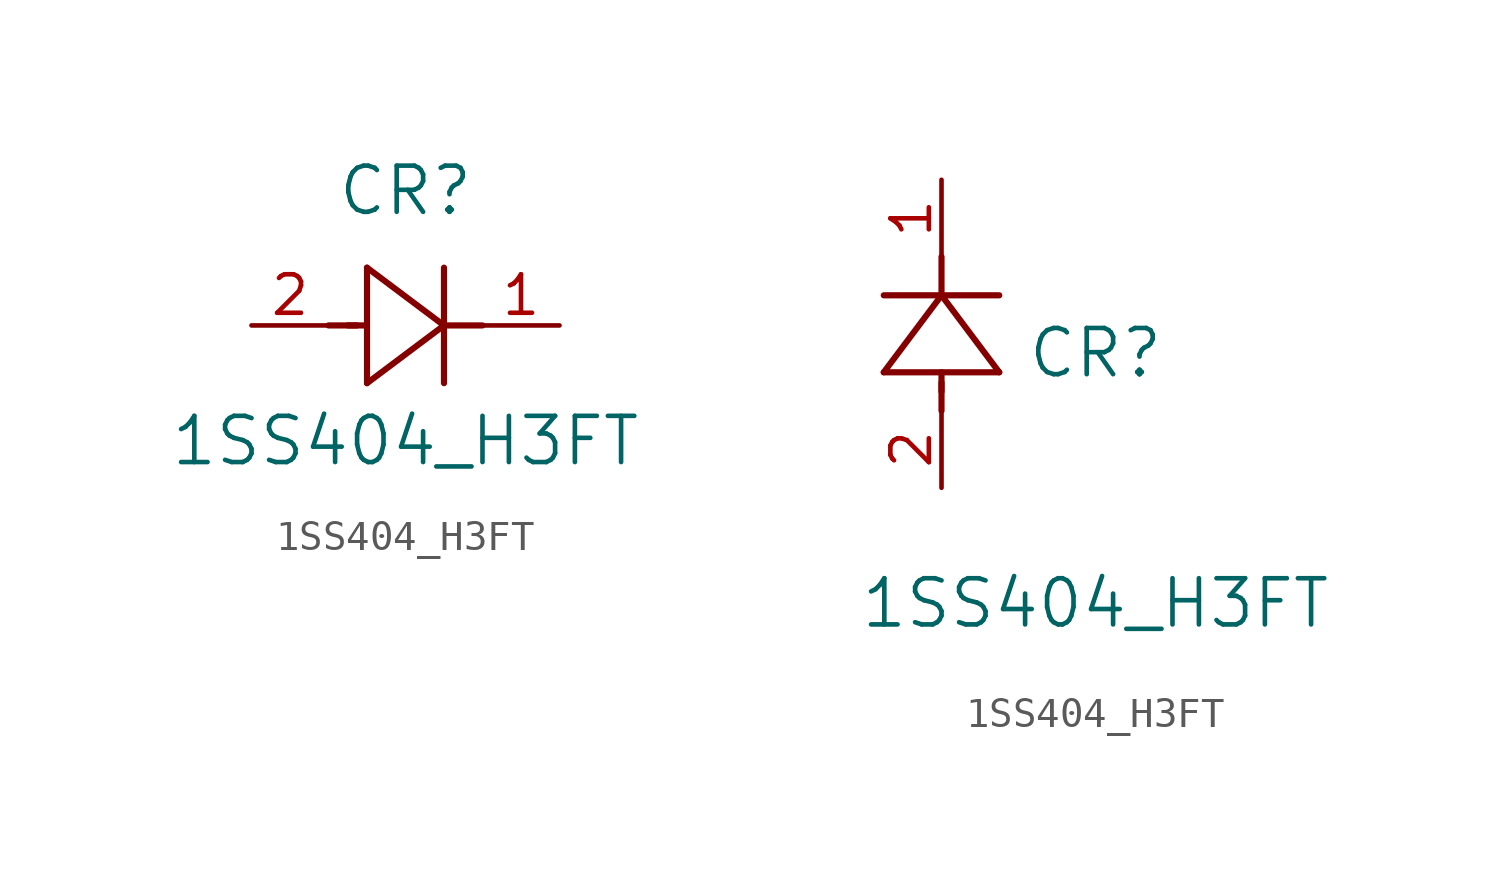
<source format=kicad_sym>
(kicad_symbol_lib
  (version 20211014)
  (generator kicad_symbol_editor)
  (symbol "1SS404_H3FT"
    (pin_names
      (offset 0.254))
    (property "Reference" "CR"
      (at 5.08 4.445 0)
      (effects (font (size 1.524 1.524))))
    (property "Value" "1SS404_H3FT"
      (at 5.08 -3.81 0)
      (effects (font (size 1.524 1.524))))
    (symbol "1SS404_H3FT_1_1"
      (polyline (pts (xy 2.54 0) (xy 3.48 0)) (stroke (width 0.203) (type default) (color 0 0 0 0)) (fill (type none)))
      (polyline (pts (xy 3.81 1.905) (xy 3.81 -1.905)) (stroke (width 0.203) (type default) (color 0 0 0 0)) (fill (type none)))
      (polyline (pts (xy 3.175 0) (xy 3.81 0)) (stroke (width 0.203) (type default) (color 0 0 0 0)) (fill (type none)))
      (polyline (pts (xy 6.35 -1.905) (xy 6.35 1.905)) (stroke (width 0.203) (type default) (color 0 0 0 0)) (fill (type none)))
      (polyline (pts (xy 6.35 0) (xy 7.62 0)) (stroke (width 0.203) (type default) (color 0 0 0 0)) (fill (type none)))
      (polyline (pts (xy 6.35 0) (xy 3.81 1.905)) (stroke (width 0.203) (type default) (color 0 0 0 0)) (fill (type none)))
      (polyline (pts (xy 3.81 -1.905) (xy 6.35 0)) (stroke (width 0.203) (type default) (color 0 0 0 0)) (fill (type none)))
      (pin unspecified line (at 10.16 0 180) (length 2.54) (name "" (effects (font (size 1.27 1.27)))) (number "1" (effects (font (size 1.27 1.27)))))
      (pin unspecified line (at 0 0 0) (length 2.54) (name "" (effects (font (size 1.27 1.27)))) (number "2" (effects (font (size 1.27 1.27))))))
    (symbol "1SS404_H3FT_1_2"
      (polyline (pts (xy 0 2.54) (xy 0 3.48)) (stroke (width 0.203) (type default) (color 0 0 0 0)) (fill (type none)))
      (polyline (pts (xy -1.905 3.81) (xy 1.905 3.81)) (stroke (width 0.203) (type default) (color 0 0 0 0)) (fill (type none)))
      (polyline (pts (xy 0 3.175) (xy 0 3.81)) (stroke (width 0.203) (type default) (color 0 0 0 0)) (fill (type none)))
      (polyline (pts (xy 1.905 6.35) (xy -1.905 6.35)) (stroke (width 0.203) (type default) (color 0 0 0 0)) (fill (type none)))
      (polyline (pts (xy 0 6.35) (xy 0 7.62)) (stroke (width 0.203) (type default) (color 0 0 0 0)) (fill (type none)))
      (polyline (pts (xy 0 6.35) (xy -1.905 3.81)) (stroke (width 0.203) (type default) (color 0 0 0 0)) (fill (type none)))
      (polyline (pts (xy 1.905 3.81) (xy 0 6.35)) (stroke (width 0.203) (type default) (color 0 0 0 0)) (fill (type none)))
      (pin unspecified line (at 0 10.16 270) (length 2.54) (name "" (effects (font (size 1.27 1.27)))) (number "1" (effects (font (size 1.27 1.27)))))
      (pin unspecified line (at 0 0 90) (length 2.54) (name "" (effects (font (size 1.27 1.27)))) (number "2" (effects (font (size 1.27 1.27))))))))
</source>
